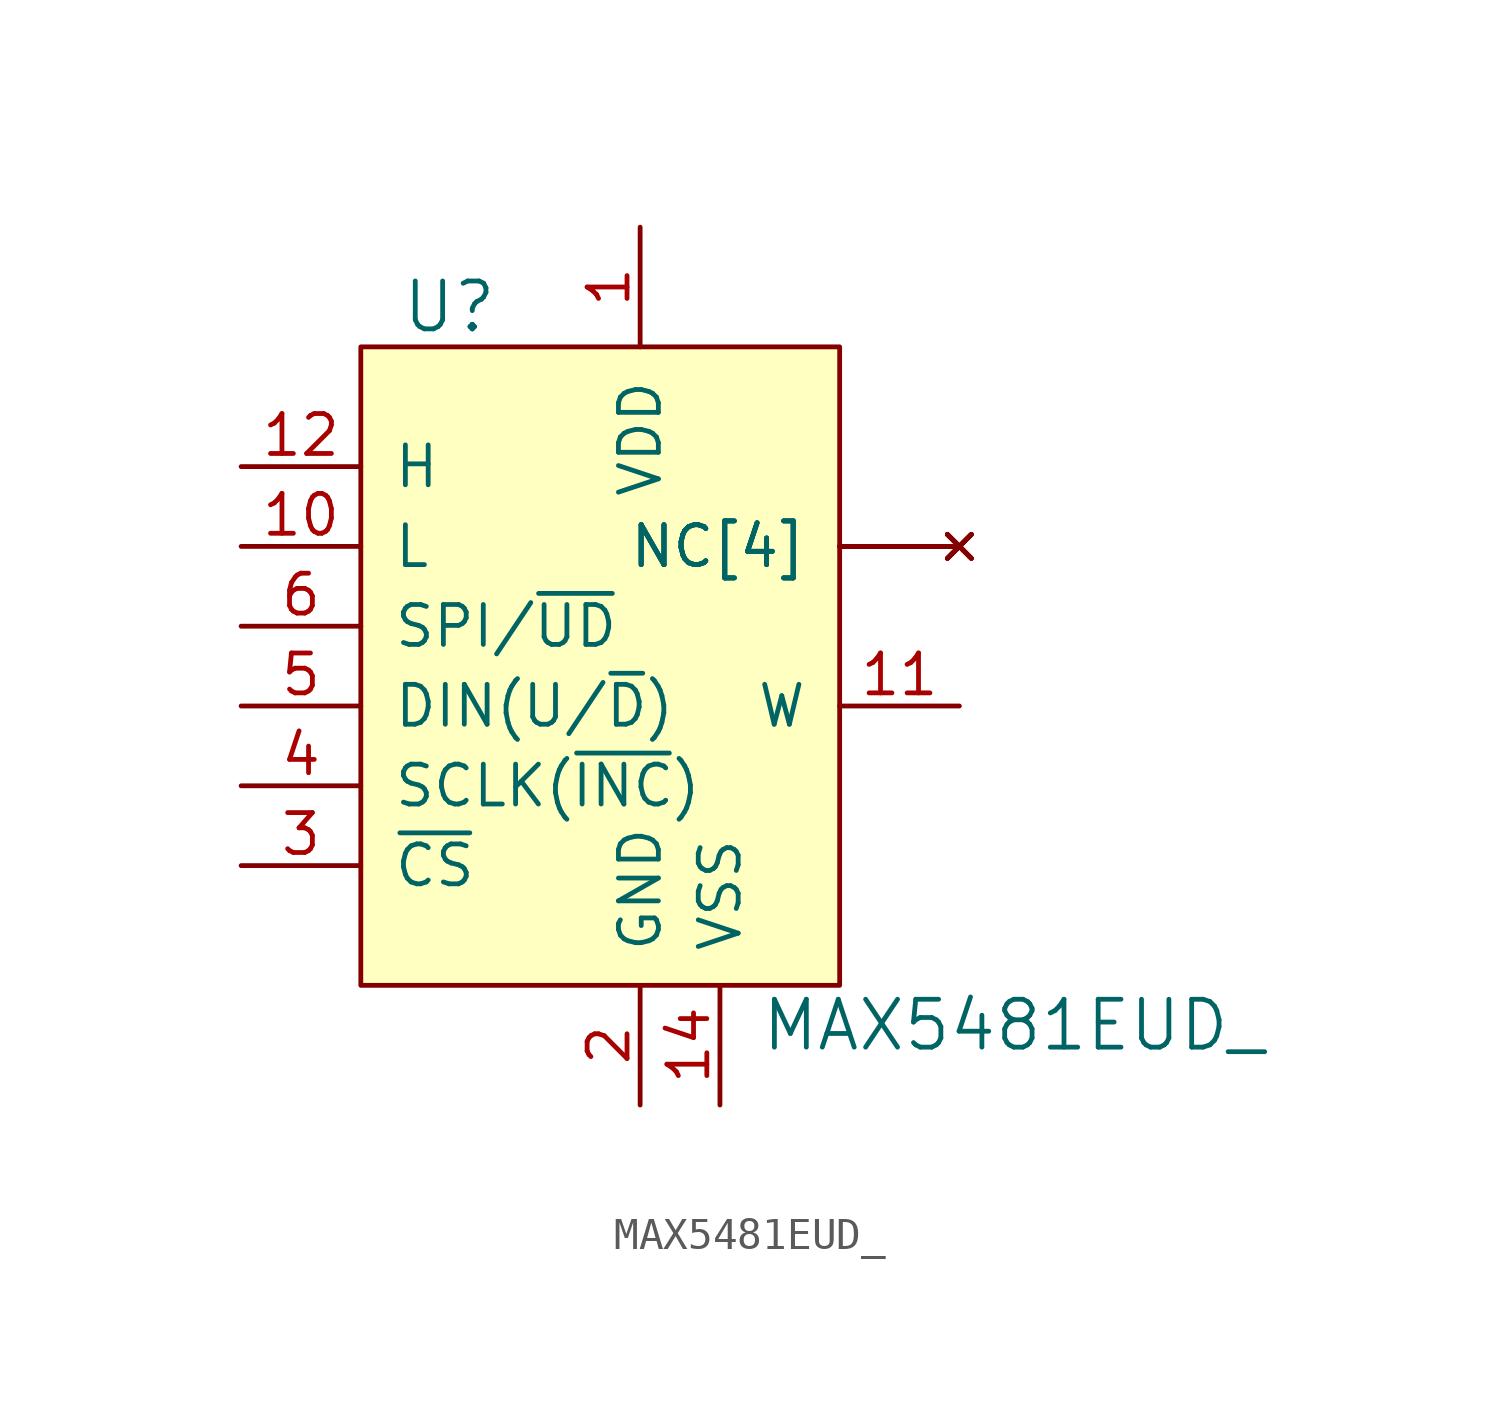
<source format=kicad_sym>
(kicad_symbol_lib
  (version 20201005)
  (generator kicad_symbol_editor)
  (symbol "MAX5481EUD_"
    (pin_names
      (offset 1.016))
    (property "Reference" "U"
      (at -7.62 10.16 0)
      (effects (font (size 1.524 1.524)) (justify left)))
    (property "Value" "MAX5481EUD_"
      (at 3.81 -12.7 0)
      (effects (font (size 1.524 1.524)) (justify left)))
    (symbol "MAX5481EUD__0_1"
      (rectangle (start -8.89 8.89) (end 6.35 -11.43) (stroke (width 0)) (fill (type background))))
    (symbol "MAX5481EUD__1_1"
      (pin power_in line (at 0 12.7 270) (length 3.81) (name "VDD" (effects (font (size 1.27 1.27)))) (number "1" (effects (font (size 1.27 1.27)))))
      (pin power_in line (at 0 -15.24 90) (length 3.81) (name "GND" (effects (font (size 1.27 1.27)))) (number "2" (effects (font (size 1.27 1.27)))))
      (pin input line (at -12.7 -7.62 0) (length 3.81) (name "~CS" (effects (font (size 1.27 1.27)))) (number "3" (effects (font (size 1.27 1.27)))))
      (pin input line (at -12.7 -5.08 0) (length 3.81) (name "SCLK(~INC~)" (effects (font (size 1.27 1.27)))) (number "4" (effects (font (size 1.27 1.27)))))
      (pin input line (at -12.7 -2.54 0) (length 3.81) (name "DIN(U/~D~)" (effects (font (size 1.27 1.27)))) (number "5" (effects (font (size 1.27 1.27)))))
      (pin input line (at -12.7 0 0) (length 3.81) (name "SPI/~UD" (effects (font (size 1.27 1.27)))) (number "6" (effects (font (size 1.27 1.27)))))
      (pin no_connect line (at 10.16 2.54 180) (length 3.81) (name "NC[4]" (effects (font (size 1.27 1.27)))) (number "7" (effects (font (size 0 0)))))
      (pin no_connect line (at 10.16 2.54 180) (length 3.81) (name "NC[4]" (effects (font (size 1.27 1.27)))) (number "8" (effects (font (size 0 0)))))
      (pin no_connect line (at 10.16 2.54 180) (length 3.81) (name "NC[4]" (effects (font (size 1.27 1.27)))) (number "9" (effects (font (size 0 0)))))
      (pin input line (at -12.7 2.54 0) (length 3.81) (name "L" (effects (font (size 1.27 1.27)))) (number "10" (effects (font (size 1.27 1.27)))))
      (pin output line (at 10.16 -2.54 180) (length 3.81) (name "W" (effects (font (size 1.27 1.27)))) (number "11" (effects (font (size 1.27 1.27)))))
      (pin input line (at -12.7 5.08 0) (length 3.81) (name "H" (effects (font (size 1.27 1.27)))) (number "12" (effects (font (size 1.27 1.27)))))
      (pin no_connect line (at 10.16 2.54 180) (length 3.81) (name "NC[4]" (effects (font (size 1.27 1.27)))) (number "13" (effects (font (size 0 0)))))
      (pin power_in line (at 2.54 -15.24 90) (length 3.81) (name "VSS" (effects (font (size 1.27 1.27)))) (number "14" (effects (font (size 1.27 1.27))))))))
</source>
